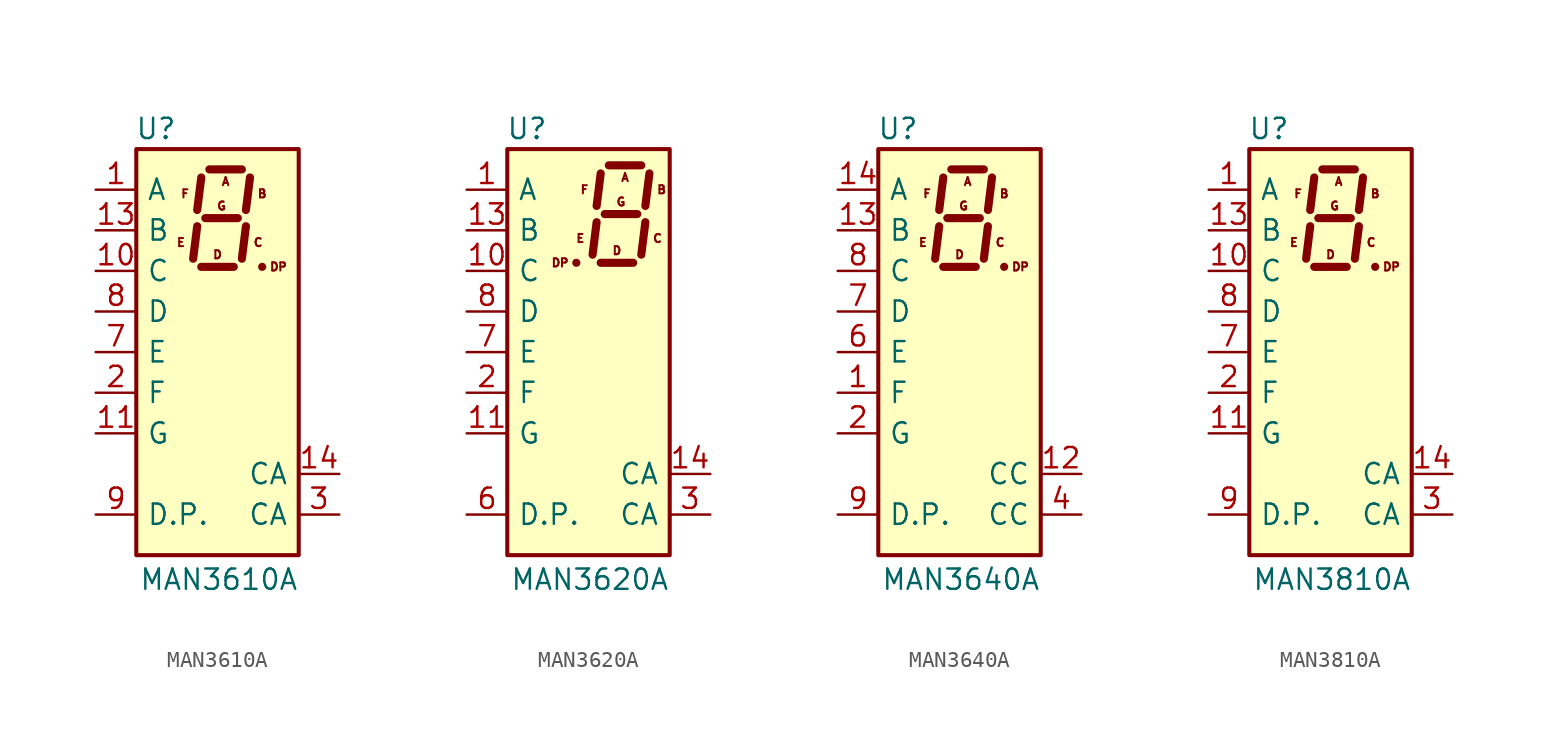
<source format=kicad_sym>
(kicad_symbol_lib
  (version 20231120)
  (generator "kicad_symbol_editor")
  (generator_version "8.0")
  (symbol "MAN3610A"
    (pin_names
      (offset 0.635))
    (property "Reference" "U"
      (at -2.54 13.97 0)
      (effects (font (size 1.27 1.27)) (justify right)))
    (property "Value" "MAN3610A"
      (at 5.08 -14.224 0)
      (effects (font (size 1.27 1.27)) (justify right)))
    (symbol "MAN3610A_0_0"
      (text "A" (at 0.508 10.668 0) (effects (font (size 0.508 0.508))))
      (text "B" (at 2.794 9.906 0) (effects (font (size 0.508 0.508))))
      (text "C" (at 2.54 6.858 0) (effects (font (size 0.508 0.508))))
      (text "D" (at 0 6.096 0) (effects (font (size 0.508 0.508))))
      (text "DP" (at 3.81 5.334 0) (effects (font (size 0.508 0.508))))
      (text "E" (at -2.286 6.858 0) (effects (font (size 0.508 0.508))))
      (text "F" (at -2.032 9.906 0) (effects (font (size 0.508 0.508))))
      (text "G" (at 0.254 9.144 0) (effects (font (size 0.508 0.508)))))
    (symbol "MAN3610A_0_1"
      (rectangle (start -5.08 12.7) (end 5.08 -12.7) (stroke (width 0.254) (type default)) (fill (type background)))
      (polyline (pts (xy -1.27 7.874) (xy -1.524 5.842)) (stroke (width 0.508) (type default)) (fill (type none)))
      (polyline (pts (xy -1.016 5.334) (xy 1.016 5.334)) (stroke (width 0.508) (type default)) (fill (type none)))
      (polyline (pts (xy -1.016 10.922) (xy -1.27 8.89)) (stroke (width 0.508) (type default)) (fill (type none)))
      (polyline (pts (xy -0.762 8.382) (xy 1.27 8.382)) (stroke (width 0.508) (type default)) (fill (type none)))
      (polyline (pts (xy -0.508 11.43) (xy 1.524 11.43)) (stroke (width 0.508) (type default)) (fill (type none)))
      (polyline (pts (xy 1.778 7.874) (xy 1.524 5.842)) (stroke (width 0.508) (type default)) (fill (type none)))
      (polyline (pts (xy 2.032 10.922) (xy 1.778 8.89)) (stroke (width 0.508) (type default)) (fill (type none)))
      (polyline (pts (xy 2.794 5.334) (xy 2.794 5.334)) (stroke (width 0.508) (type default)) (fill (type none))))
    (symbol "MAN3610A_1_1"
      (pin input line (at -7.62 10.16 0) (length 2.54) (name "A" (effects (font (size 1.27 1.27)))) (number "1" (effects (font (size 1.27 1.27)))))
      (pin input line (at -7.62 5.08 0) (length 2.54) (name "C" (effects (font (size 1.27 1.27)))) (number "10" (effects (font (size 1.27 1.27)))))
      (pin input line (at -7.62 -5.08 0) (length 2.54) (name "G" (effects (font (size 1.27 1.27)))) (number "11" (effects (font (size 1.27 1.27)))))
      (pin no_connect line (at 7.62 -5.08 180) (length 2.54) hide (name "NC" (effects (font (size 1.27 1.27)))) (number "12" (effects (font (size 1.27 1.27)))))
      (pin input line (at -7.62 7.62 0) (length 2.54) (name "B" (effects (font (size 1.27 1.27)))) (number "13" (effects (font (size 1.27 1.27)))))
      (pin input line (at 7.62 -7.62 180) (length 2.54) (name "CA" (effects (font (size 1.27 1.27)))) (number "14" (effects (font (size 1.27 1.27)))))
      (pin input line (at -7.62 -2.54 0) (length 2.54) (name "F" (effects (font (size 1.27 1.27)))) (number "2" (effects (font (size 1.27 1.27)))))
      (pin input line (at 7.62 -10.16 180) (length 2.54) (name "CA" (effects (font (size 1.27 1.27)))) (number "3" (effects (font (size 1.27 1.27)))))
      (pin no_connect line (at 7.62 2.54 180) (length 2.54) hide (name "NC" (effects (font (size 1.27 1.27)))) (number "4" (effects (font (size 1.27 1.27)))))
      (pin no_connect line (at 7.62 0 180) (length 2.54) hide (name "NC" (effects (font (size 1.27 1.27)))) (number "5" (effects (font (size 1.27 1.27)))))
      (pin no_connect line (at 7.62 -2.54 180) (length 2.54) hide (name "NC" (effects (font (size 1.27 1.27)))) (number "6" (effects (font (size 1.27 1.27)))))
      (pin input line (at -7.62 0 0) (length 2.54) (name "E" (effects (font (size 1.27 1.27)))) (number "7" (effects (font (size 1.27 1.27)))))
      (pin input line (at -7.62 2.54 0) (length 2.54) (name "D" (effects (font (size 1.27 1.27)))) (number "8" (effects (font (size 1.27 1.27)))))
      (pin input line (at -7.62 -10.16 0) (length 2.54) (name "D.P." (effects (font (size 1.27 1.27)))) (number "9" (effects (font (size 1.27 1.27)))))))
  (symbol "MAN3620A"
    (pin_names
      (offset 0.635))
    (property "Reference" "U"
      (at -2.54 13.97 0)
      (effects (font (size 1.27 1.27)) (justify right)))
    (property "Value" "MAN3620A"
      (at 5.08 -14.224 0)
      (effects (font (size 1.27 1.27)) (justify right)))
    (symbol "MAN3620A_0_0"
      (text "A" (at 2.286 10.922 0) (effects (font (size 0.508 0.508))))
      (text "B" (at 4.572 10.16 0) (effects (font (size 0.508 0.508))))
      (text "C" (at 4.318 7.112 0) (effects (font (size 0.508 0.508))))
      (text "D" (at 1.778 6.35 0) (effects (font (size 0.508 0.508))))
      (text "DP" (at -1.778 5.588 0) (effects (font (size 0.508 0.508))))
      (text "E" (at -0.508 7.112 0) (effects (font (size 0.508 0.508))))
      (text "F" (at -0.254 10.16 0) (effects (font (size 0.508 0.508))))
      (text "G" (at 2.032 9.398 0) (effects (font (size 0.508 0.508)))))
    (symbol "MAN3620A_0_1"
      (rectangle (start -5.08 12.7) (end 5.08 -12.7) (stroke (width 0.254) (type default)) (fill (type background)))
      (polyline (pts (xy -0.762 5.588) (xy -0.762 5.588)) (stroke (width 0.508) (type default)) (fill (type none)))
      (polyline (pts (xy 0.508 8.128) (xy 0.254 6.096)) (stroke (width 0.508) (type default)) (fill (type none)))
      (polyline (pts (xy 0.762 5.588) (xy 2.794 5.588)) (stroke (width 0.508) (type default)) (fill (type none)))
      (polyline (pts (xy 0.762 11.176) (xy 0.508 9.144)) (stroke (width 0.508) (type default)) (fill (type none)))
      (polyline (pts (xy 1.016 8.636) (xy 3.048 8.636)) (stroke (width 0.508) (type default)) (fill (type none)))
      (polyline (pts (xy 1.27 11.684) (xy 3.302 11.684)) (stroke (width 0.508) (type default)) (fill (type none)))
      (polyline (pts (xy 3.556 8.128) (xy 3.302 6.096)) (stroke (width 0.508) (type default)) (fill (type none)))
      (polyline (pts (xy 3.81 11.176) (xy 3.556 9.144)) (stroke (width 0.508) (type default)) (fill (type none))))
    (symbol "MAN3620A_1_1"
      (pin input line (at -7.62 10.16 0) (length 2.54) (name "A" (effects (font (size 1.27 1.27)))) (number "1" (effects (font (size 1.27 1.27)))))
      (pin input line (at -7.62 5.08 0) (length 2.54) (name "C" (effects (font (size 1.27 1.27)))) (number "10" (effects (font (size 1.27 1.27)))))
      (pin input line (at -7.62 -5.08 0) (length 2.54) (name "G" (effects (font (size 1.27 1.27)))) (number "11" (effects (font (size 1.27 1.27)))))
      (pin no_connect line (at 7.62 -5.08 180) (length 2.54) hide (name "NC" (effects (font (size 1.27 1.27)))) (number "12" (effects (font (size 1.27 1.27)))))
      (pin input line (at -7.62 7.62 0) (length 2.54) (name "B" (effects (font (size 1.27 1.27)))) (number "13" (effects (font (size 1.27 1.27)))))
      (pin input line (at 7.62 -7.62 180) (length 2.54) (name "CA" (effects (font (size 1.27 1.27)))) (number "14" (effects (font (size 1.27 1.27)))))
      (pin input line (at -7.62 -2.54 0) (length 2.54) (name "F" (effects (font (size 1.27 1.27)))) (number "2" (effects (font (size 1.27 1.27)))))
      (pin input line (at 7.62 -10.16 180) (length 2.54) (name "CA" (effects (font (size 1.27 1.27)))) (number "3" (effects (font (size 1.27 1.27)))))
      (pin no_connect line (at 7.62 2.54 180) (length 2.54) hide (name "NC" (effects (font (size 1.27 1.27)))) (number "4" (effects (font (size 1.27 1.27)))))
      (pin no_connect line (at 7.62 0 180) (length 2.54) hide (name "NC" (effects (font (size 1.27 1.27)))) (number "5" (effects (font (size 1.27 1.27)))))
      (pin input line (at -7.62 -10.16 0) (length 2.54) (name "D.P." (effects (font (size 1.27 1.27)))) (number "6" (effects (font (size 1.27 1.27)))))
      (pin input line (at -7.62 0 0) (length 2.54) (name "E" (effects (font (size 1.27 1.27)))) (number "7" (effects (font (size 1.27 1.27)))))
      (pin input line (at -7.62 2.54 0) (length 2.54) (name "D" (effects (font (size 1.27 1.27)))) (number "8" (effects (font (size 1.27 1.27)))))
      (pin no_connect line (at 7.62 -2.54 180) (length 2.54) hide (name "NC" (effects (font (size 1.27 1.27)))) (number "9" (effects (font (size 1.27 1.27)))))))
  (symbol "MAN3640A"
    (pin_names
      (offset 0.635))
    (property "Reference" "U"
      (at -2.54 13.97 0)
      (effects (font (size 1.27 1.27)) (justify right)))
    (property "Value" "MAN3640A"
      (at 5.08 -14.224 0)
      (effects (font (size 1.27 1.27)) (justify right)))
    (symbol "MAN3640A_0_0"
      (text "A" (at 0.508 10.668 0) (effects (font (size 0.508 0.508))))
      (text "B" (at 2.794 9.906 0) (effects (font (size 0.508 0.508))))
      (text "C" (at 2.54 6.858 0) (effects (font (size 0.508 0.508))))
      (text "D" (at 0 6.096 0) (effects (font (size 0.508 0.508))))
      (text "DP" (at 3.81 5.334 0) (effects (font (size 0.508 0.508))))
      (text "E" (at -2.286 6.858 0) (effects (font (size 0.508 0.508))))
      (text "F" (at -2.032 9.906 0) (effects (font (size 0.508 0.508))))
      (text "G" (at 0.254 9.144 0) (effects (font (size 0.508 0.508)))))
    (symbol "MAN3640A_0_1"
      (rectangle (start -5.08 12.7) (end 5.08 -12.7) (stroke (width 0.254) (type default)) (fill (type background)))
      (polyline (pts (xy -1.27 7.874) (xy -1.524 5.842)) (stroke (width 0.508) (type default)) (fill (type none)))
      (polyline (pts (xy -1.016 5.334) (xy 1.016 5.334)) (stroke (width 0.508) (type default)) (fill (type none)))
      (polyline (pts (xy -1.016 10.922) (xy -1.27 8.89)) (stroke (width 0.508) (type default)) (fill (type none)))
      (polyline (pts (xy -0.762 8.382) (xy 1.27 8.382)) (stroke (width 0.508) (type default)) (fill (type none)))
      (polyline (pts (xy -0.508 11.43) (xy 1.524 11.43)) (stroke (width 0.508) (type default)) (fill (type none)))
      (polyline (pts (xy 1.778 7.874) (xy 1.524 5.842)) (stroke (width 0.508) (type default)) (fill (type none)))
      (polyline (pts (xy 2.032 10.922) (xy 1.778 8.89)) (stroke (width 0.508) (type default)) (fill (type none)))
      (polyline (pts (xy 2.794 5.334) (xy 2.794 5.334)) (stroke (width 0.508) (type default)) (fill (type none))))
    (symbol "MAN3640A_1_1"
      (pin input line (at -7.62 -2.54 0) (length 2.54) (name "F" (effects (font (size 1.27 1.27)))) (number "1" (effects (font (size 1.27 1.27)))))
      (pin no_connect line (at 7.62 -2.54 180) (length 2.54) hide (name "NC" (effects (font (size 1.27 1.27)))) (number "10" (effects (font (size 1.27 1.27)))))
      (pin no_connect line (at 7.62 -5.08 180) (length 2.54) hide (name "NC" (effects (font (size 1.27 1.27)))) (number "11" (effects (font (size 1.27 1.27)))))
      (pin input line (at 7.62 -7.62 180) (length 2.54) (name "CC" (effects (font (size 1.27 1.27)))) (number "12" (effects (font (size 1.27 1.27)))))
      (pin input line (at -7.62 7.62 0) (length 2.54) (name "B" (effects (font (size 1.27 1.27)))) (number "13" (effects (font (size 1.27 1.27)))))
      (pin input line (at -7.62 10.16 0) (length 2.54) (name "A" (effects (font (size 1.27 1.27)))) (number "14" (effects (font (size 1.27 1.27)))))
      (pin input line (at -7.62 -5.08 0) (length 2.54) (name "G" (effects (font (size 1.27 1.27)))) (number "2" (effects (font (size 1.27 1.27)))))
      (pin no_connect line (at 7.62 2.54 180) (length 2.54) hide (name "NC" (effects (font (size 1.27 1.27)))) (number "3" (effects (font (size 1.27 1.27)))))
      (pin input line (at 7.62 -10.16 180) (length 2.54) (name "CC" (effects (font (size 1.27 1.27)))) (number "4" (effects (font (size 1.27 1.27)))))
      (pin no_connect line (at 7.62 0 180) (length 2.54) hide (name "NC" (effects (font (size 1.27 1.27)))) (number "5" (effects (font (size 1.27 1.27)))))
      (pin input line (at -7.62 0 0) (length 2.54) (name "E" (effects (font (size 1.27 1.27)))) (number "6" (effects (font (size 1.27 1.27)))))
      (pin input line (at -7.62 2.54 0) (length 2.54) (name "D" (effects (font (size 1.27 1.27)))) (number "7" (effects (font (size 1.27 1.27)))))
      (pin input line (at -7.62 5.08 0) (length 2.54) (name "C" (effects (font (size 1.27 1.27)))) (number "8" (effects (font (size 1.27 1.27)))))
      (pin input line (at -7.62 -10.16 0) (length 2.54) (name "D.P." (effects (font (size 1.27 1.27)))) (number "9" (effects (font (size 1.27 1.27)))))))
  (symbol "MAN3810A"
    (pin_names
      (offset 0.635))
    (property "Reference" "U"
      (at -2.54 13.97 0)
      (effects (font (size 1.27 1.27)) (justify right)))
    (property "Value" "MAN3810A"
      (at 5.08 -14.224 0)
      (effects (font (size 1.27 1.27)) (justify right)))
    (symbol "MAN3810A_0_0"
      (text "A" (at 0.508 10.668 0) (effects (font (size 0.508 0.508))))
      (text "B" (at 2.794 9.906 0) (effects (font (size 0.508 0.508))))
      (text "C" (at 2.54 6.858 0) (effects (font (size 0.508 0.508))))
      (text "D" (at 0 6.096 0) (effects (font (size 0.508 0.508))))
      (text "DP" (at 3.81 5.334 0) (effects (font (size 0.508 0.508))))
      (text "E" (at -2.286 6.858 0) (effects (font (size 0.508 0.508))))
      (text "F" (at -2.032 9.906 0) (effects (font (size 0.508 0.508))))
      (text "G" (at 0.254 9.144 0) (effects (font (size 0.508 0.508)))))
    (symbol "MAN3810A_0_1"
      (rectangle (start -5.08 12.7) (end 5.08 -12.7) (stroke (width 0.254) (type default)) (fill (type background)))
      (polyline (pts (xy -1.27 7.874) (xy -1.524 5.842)) (stroke (width 0.508) (type default)) (fill (type none)))
      (polyline (pts (xy -1.016 5.334) (xy 1.016 5.334)) (stroke (width 0.508) (type default)) (fill (type none)))
      (polyline (pts (xy -1.016 10.922) (xy -1.27 8.89)) (stroke (width 0.508) (type default)) (fill (type none)))
      (polyline (pts (xy -0.762 8.382) (xy 1.27 8.382)) (stroke (width 0.508) (type default)) (fill (type none)))
      (polyline (pts (xy -0.508 11.43) (xy 1.524 11.43)) (stroke (width 0.508) (type default)) (fill (type none)))
      (polyline (pts (xy 1.778 7.874) (xy 1.524 5.842)) (stroke (width 0.508) (type default)) (fill (type none)))
      (polyline (pts (xy 2.032 10.922) (xy 1.778 8.89)) (stroke (width 0.508) (type default)) (fill (type none)))
      (polyline (pts (xy 2.794 5.334) (xy 2.794 5.334)) (stroke (width 0.508) (type default)) (fill (type none))))
    (symbol "MAN3810A_1_1"
      (pin input line (at -7.62 10.16 0) (length 2.54) (name "A" (effects (font (size 1.27 1.27)))) (number "1" (effects (font (size 1.27 1.27)))))
      (pin input line (at -7.62 5.08 0) (length 2.54) (name "C" (effects (font (size 1.27 1.27)))) (number "10" (effects (font (size 1.27 1.27)))))
      (pin input line (at -7.62 -5.08 0) (length 2.54) (name "G" (effects (font (size 1.27 1.27)))) (number "11" (effects (font (size 1.27 1.27)))))
      (pin no_connect line (at 7.62 -5.08 180) (length 2.54) hide (name "NC" (effects (font (size 1.27 1.27)))) (number "12" (effects (font (size 1.27 1.27)))))
      (pin input line (at -7.62 7.62 0) (length 2.54) (name "B" (effects (font (size 1.27 1.27)))) (number "13" (effects (font (size 1.27 1.27)))))
      (pin input line (at 7.62 -7.62 180) (length 2.54) (name "CA" (effects (font (size 1.27 1.27)))) (number "14" (effects (font (size 1.27 1.27)))))
      (pin input line (at -7.62 -2.54 0) (length 2.54) (name "F" (effects (font (size 1.27 1.27)))) (number "2" (effects (font (size 1.27 1.27)))))
      (pin input line (at 7.62 -10.16 180) (length 2.54) (name "CA" (effects (font (size 1.27 1.27)))) (number "3" (effects (font (size 1.27 1.27)))))
      (pin no_connect line (at 7.62 2.54 180) (length 2.54) hide (name "NC" (effects (font (size 1.27 1.27)))) (number "4" (effects (font (size 1.27 1.27)))))
      (pin no_connect line (at 7.62 0 180) (length 2.54) hide (name "NC" (effects (font (size 1.27 1.27)))) (number "5" (effects (font (size 1.27 1.27)))))
      (pin no_connect line (at 7.62 -2.54 180) (length 2.54) hide (name "NC" (effects (font (size 1.27 1.27)))) (number "6" (effects (font (size 1.27 1.27)))))
      (pin input line (at -7.62 0 0) (length 2.54) (name "E" (effects (font (size 1.27 1.27)))) (number "7" (effects (font (size 1.27 1.27)))))
      (pin input line (at -7.62 2.54 0) (length 2.54) (name "D" (effects (font (size 1.27 1.27)))) (number "8" (effects (font (size 1.27 1.27)))))
      (pin input line (at -7.62 -10.16 0) (length 2.54) (name "D.P." (effects (font (size 1.27 1.27)))) (number "9" (effects (font (size 1.27 1.27))))))))
</source>
